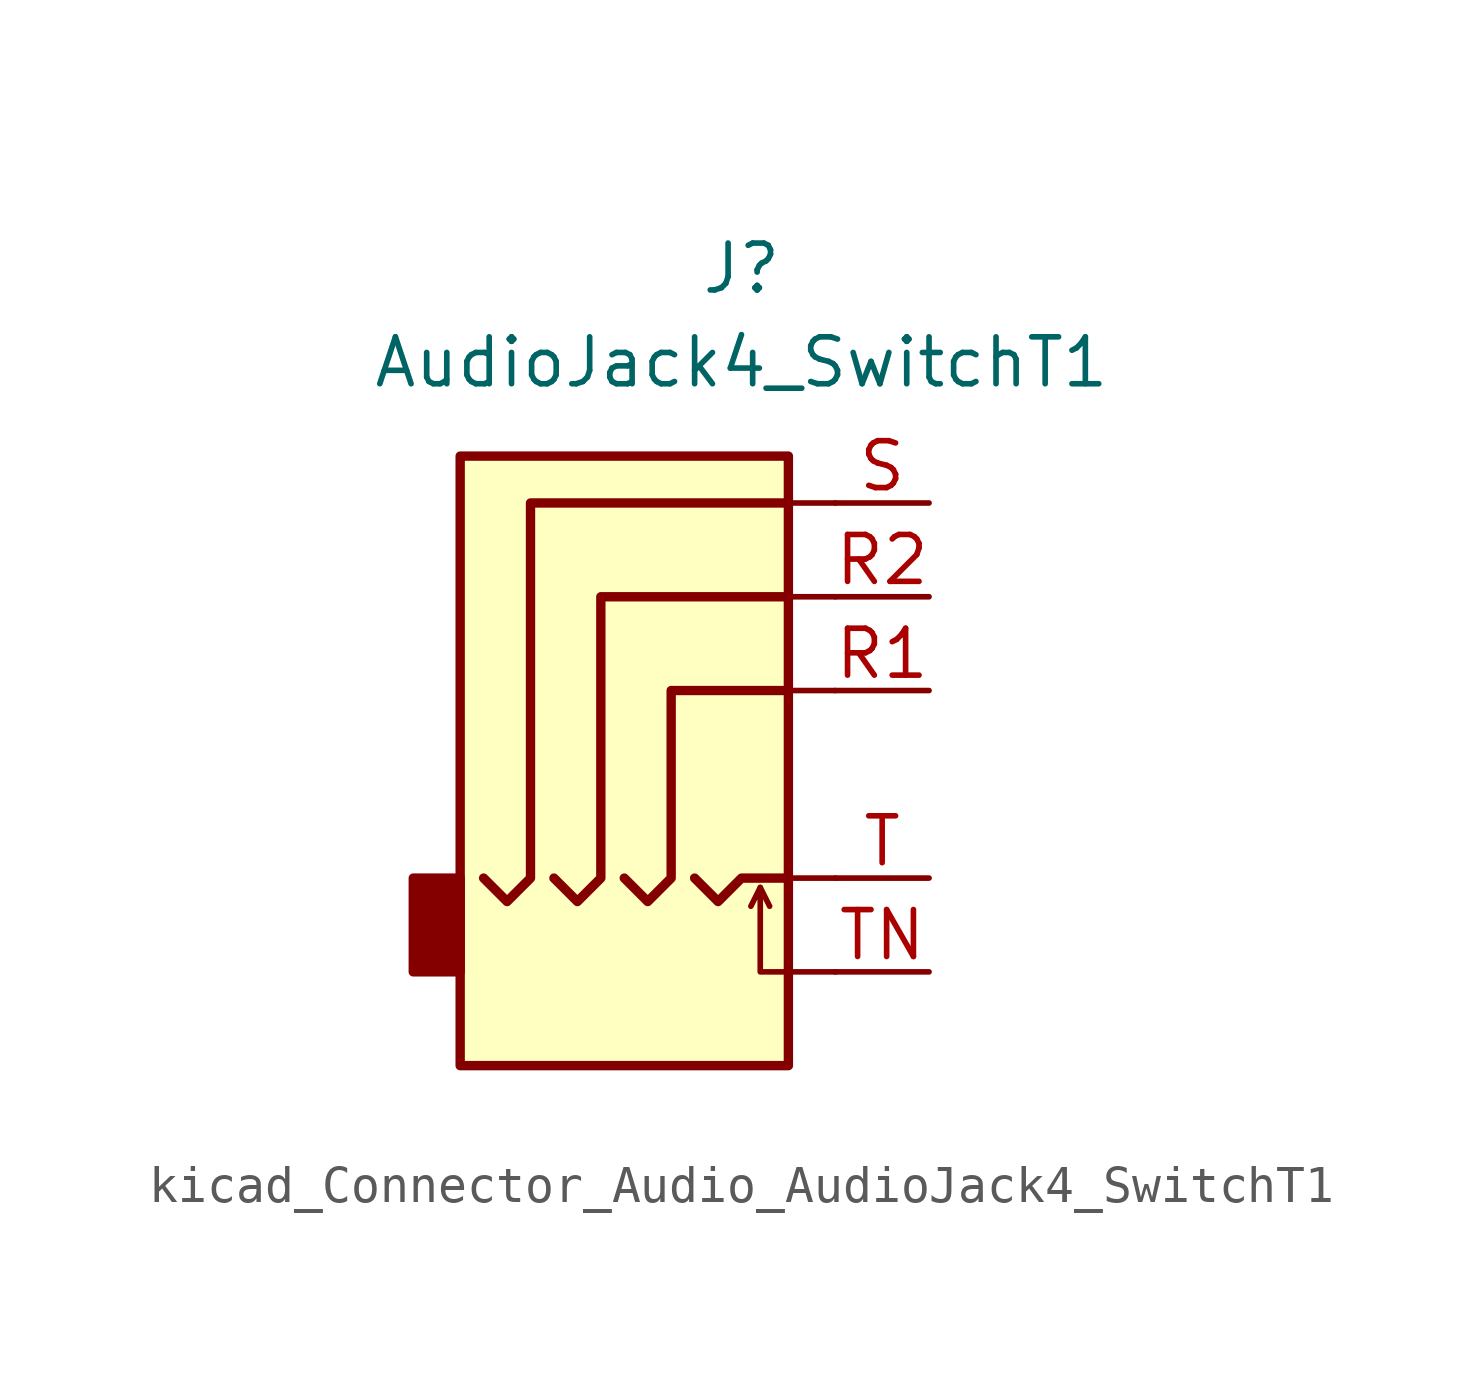
<source format=kicad_sym>
(kicad_symbol_lib
  (version 20220914)
  (generator kicad_symbol_editor)
  (symbol "kicad_Connector_Audio_AudioJack4_SwitchT1"
    (property "Reference" "J"
      (at 0 11.43 0)
      (effects (font (size 1.27 1.27))))
    (property "Value" "AudioJack4_SwitchT1"
      (at 0 8.89 0)
      (effects (font (size 1.27 1.27))))
    (symbol "kicad_Connector_Audio_AudioJack4_SwitchT1_0_1"
      (rectangle (start -7.62 -5.08) (end -8.89 -7.62) (stroke (width 0.254) (type default)) (fill (type outline)))
      (polyline (pts (xy 1.27 -5.08) (xy 2.54 -5.08)) (stroke (width 0) (type default)) (fill (type none)))
      (polyline (pts (xy 1.27 2.54) (xy 2.54 2.54)) (stroke (width 0) (type default)) (fill (type none)))
      (polyline (pts (xy 2.54 0) (xy 1.27 0)) (stroke (width 0) (type default)) (fill (type none)))
      (polyline (pts (xy 2.54 5.08) (xy 1.27 5.08)) (stroke (width 0) (type default)) (fill (type none)))
      (rectangle (start 1.27 6.35) (end -7.62 -10.16) (stroke (width 0.254) (type default)) (fill (type background))))
    (symbol "kicad_Connector_Audio_AudioJack4_SwitchT1_1_1"
      (polyline (pts (xy 0.508 -5.334) (xy 0.762 -5.842)) (stroke (width 0) (type default)) (fill (type none)))
      (polyline (pts (xy -1.27 -5.08) (xy -0.635 -5.715) (xy 0 -5.08) (xy 1.27 -5.08)) (stroke (width 0.254) (type default)) (fill (type none)))
      (polyline (pts (xy 2.54 -7.62) (xy 0.508 -7.62) (xy 0.508 -5.334) (xy 0.254 -5.842)) (stroke (width 0) (type default)) (fill (type none)))
      (polyline (pts (xy -3.175 -5.08) (xy -2.54 -5.715) (xy -1.905 -5.08) (xy -1.905 0) (xy 1.27 0)) (stroke (width 0.254) (type default)) (fill (type none)))
      (polyline (pts (xy 1.27 2.54) (xy -3.81 2.54) (xy -3.81 -5.08) (xy -4.445 -5.715) (xy -5.08 -5.08)) (stroke (width 0.254) (type default)) (fill (type none)))
      (polyline (pts (xy 1.27 5.08) (xy -5.715 5.08) (xy -5.715 -5.08) (xy -6.35 -5.715) (xy -6.985 -5.08)) (stroke (width 0.254) (type default)) (fill (type none)))
      (pin passive line (at 5.08 0 180) (length 2.54) (name "~" (effects (font (size 1.27 1.27)))) (number "R1" (effects (font (size 1.27 1.27)))))
      (pin passive line (at 5.08 2.54 180) (length 2.54) (name "~" (effects (font (size 1.27 1.27)))) (number "R2" (effects (font (size 1.27 1.27)))))
      (pin passive line (at 5.08 5.08 180) (length 2.54) (name "~" (effects (font (size 1.27 1.27)))) (number "S" (effects (font (size 1.27 1.27)))))
      (pin passive line (at 5.08 -5.08 180) (length 2.54) (name "~" (effects (font (size 1.27 1.27)))) (number "T" (effects (font (size 1.27 1.27)))))
      (pin passive line (at 5.08 -7.62 180) (length 2.54) (name "~" (effects (font (size 1.27 1.27)))) (number "TN" (effects (font (size 1.27 1.27))))))))
</source>
